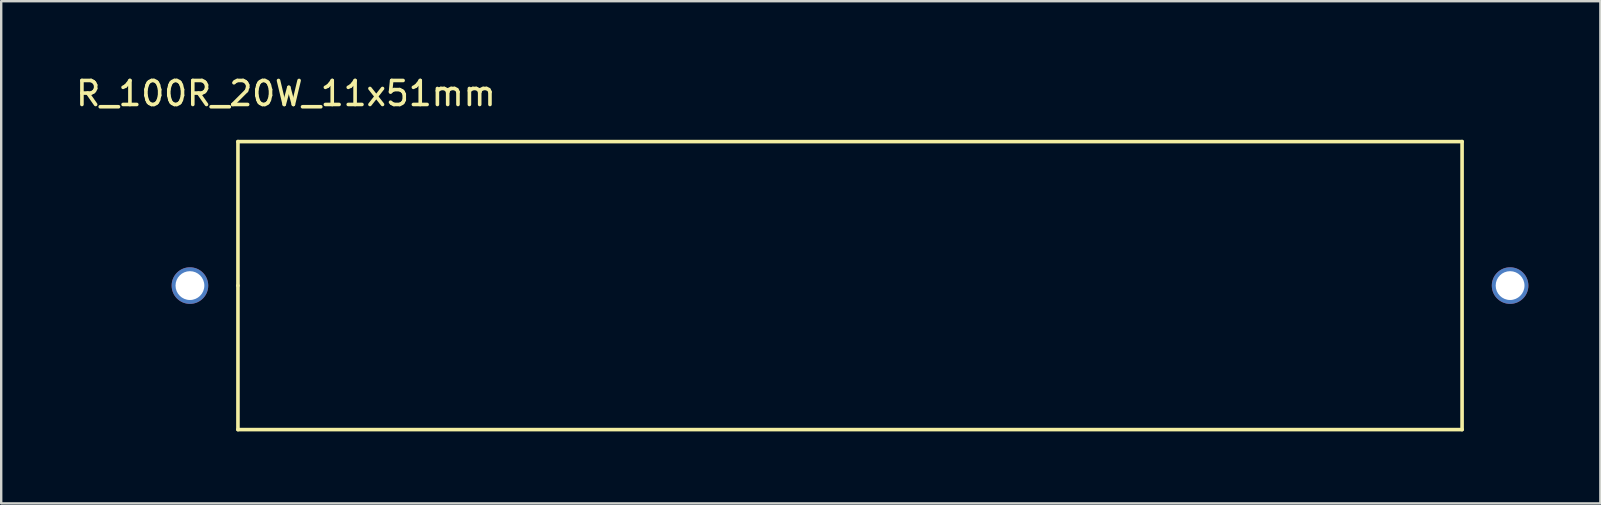
<source format=kicad_pcb>
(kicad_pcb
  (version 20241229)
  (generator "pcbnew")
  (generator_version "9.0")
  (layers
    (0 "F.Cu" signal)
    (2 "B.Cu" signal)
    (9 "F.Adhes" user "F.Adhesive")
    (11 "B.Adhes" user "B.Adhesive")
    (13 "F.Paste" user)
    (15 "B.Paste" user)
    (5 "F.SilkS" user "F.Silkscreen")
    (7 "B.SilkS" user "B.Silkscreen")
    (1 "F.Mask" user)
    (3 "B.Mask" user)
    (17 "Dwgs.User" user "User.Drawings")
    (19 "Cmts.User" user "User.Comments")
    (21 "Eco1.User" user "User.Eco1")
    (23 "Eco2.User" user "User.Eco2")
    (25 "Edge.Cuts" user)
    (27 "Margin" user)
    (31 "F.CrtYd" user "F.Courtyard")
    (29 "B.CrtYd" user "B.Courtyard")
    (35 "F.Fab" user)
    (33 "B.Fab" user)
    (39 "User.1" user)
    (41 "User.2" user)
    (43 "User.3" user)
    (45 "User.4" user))
  (footprint "R_100R_20W_11x51mm"
    (layer "F.Cu")
    (at 4.863 8.848)
    (property "Reference" "R_100R_20W_11x51mm" (at 4 -8 0) (layer "F.SilkS") (effects (font (size 1 1) (thickness 0.15))))
    (attr through_hole)
    (fp_line (start 2 -6) (end 53 -6) (stroke (width 0.15) (type solid)) (layer "F.SilkS"))
    (fp_line (start 2 0) (end 2 -6) (stroke (width 0.15) (type solid)) (layer "F.SilkS"))
    (fp_line (start 2 6) (end 2 0) (stroke (width 0.15) (type solid)) (layer "F.SilkS"))
    (fp_line (start 53 -6) (end 53 6) (stroke (width 0.15) (type solid)) (layer "F.SilkS"))
    (fp_line (start 53 6) (end 2 6) (stroke (width 0.15) (type solid)) (layer "F.SilkS"))
    (pad "1" thru_hole circle (at 0 0) (size 1.524 1.524) (drill 1.2) (layers "*.Cu" "*.Mask"))
    (pad "2" thru_hole circle (at 55 0) (size 1.524 1.524) (drill 1.2) (layers "*.Cu" "*.Mask")))
  (gr_rect
    (start -3 -3)
    (end 63.625 17.923)
    (stroke (width 0.1) (type default))
    (fill no)
    (layer "Edge.Cuts")))
</source>
